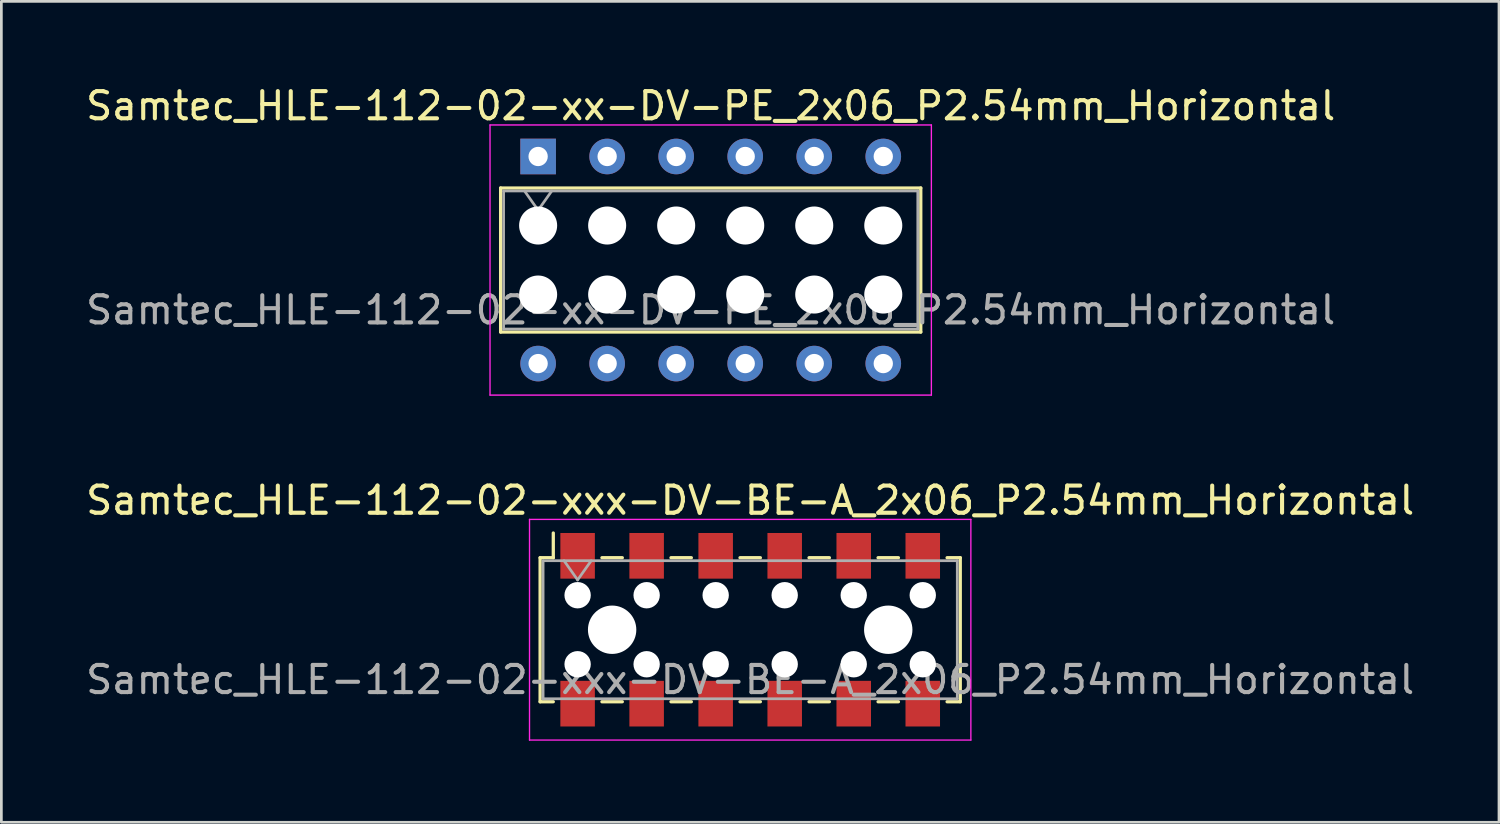
<source format=kicad_pcb>
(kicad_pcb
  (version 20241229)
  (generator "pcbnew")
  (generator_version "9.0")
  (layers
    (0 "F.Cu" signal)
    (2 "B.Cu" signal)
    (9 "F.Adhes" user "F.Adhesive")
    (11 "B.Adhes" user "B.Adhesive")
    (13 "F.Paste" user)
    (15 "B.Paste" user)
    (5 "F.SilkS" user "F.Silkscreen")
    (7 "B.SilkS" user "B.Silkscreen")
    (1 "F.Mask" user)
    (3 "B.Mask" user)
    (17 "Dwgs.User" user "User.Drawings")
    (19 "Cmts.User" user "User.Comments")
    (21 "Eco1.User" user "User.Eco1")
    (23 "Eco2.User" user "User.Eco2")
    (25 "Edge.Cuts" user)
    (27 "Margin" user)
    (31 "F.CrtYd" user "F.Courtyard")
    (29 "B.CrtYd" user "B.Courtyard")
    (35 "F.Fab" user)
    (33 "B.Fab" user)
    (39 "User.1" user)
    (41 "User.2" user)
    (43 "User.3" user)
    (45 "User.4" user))
  (footprint "Samtec_HLE-112-02-xxx-DV-BE-A_2x06_P2.54mm_Horizontal"
    (layer "F.Cu")
    (at 24.554 20.122)
    (property "Reference" "Samtec_HLE-112-02-xxx-DV-BE-A_2x06_P2.54mm_Horizontal" (at 0 -4.76 0) (layer "F.SilkS") (effects (font (size 1 1) (thickness 0.15))))
    (attr smd)
    (fp_line (start -7.73 -2.65) (end -7.73 2.65) (stroke (width 0.12) (type solid)) (layer "F.SilkS"))
    (fp_line (start -7.73 2.65) (end -7.245 2.65) (stroke (width 0.12) (type solid)) (layer "F.SilkS"))
    (fp_line (start -7.245 -3.56) (end -7.245 -2.65) (stroke (width 0.12) (type solid)) (layer "F.SilkS"))
    (fp_line (start -7.245 -2.65) (end -7.73 -2.65) (stroke (width 0.12) (type solid)) (layer "F.SilkS"))
    (fp_line (start -5.455 -2.65) (end -4.705 -2.65) (stroke (width 0.12) (type solid)) (layer "F.SilkS"))
    (fp_line (start -5.455 2.65) (end -4.705 2.65) (stroke (width 0.12) (type solid)) (layer "F.SilkS"))
    (fp_line (start -2.915 -2.65) (end -2.165 -2.65) (stroke (width 0.12) (type solid)) (layer "F.SilkS"))
    (fp_line (start -2.915 2.65) (end -2.165 2.65) (stroke (width 0.12) (type solid)) (layer "F.SilkS"))
    (fp_line (start -0.375 -2.65) (end 0.375 -2.65) (stroke (width 0.12) (type solid)) (layer "F.SilkS"))
    (fp_line (start -0.375 2.65) (end 0.375 2.65) (stroke (width 0.12) (type solid)) (layer "F.SilkS"))
    (fp_line (start 2.165 -2.65) (end 2.915 -2.65) (stroke (width 0.12) (type solid)) (layer "F.SilkS"))
    (fp_line (start 2.165 2.65) (end 2.915 2.65) (stroke (width 0.12) (type solid)) (layer "F.SilkS"))
    (fp_line (start 4.705 -2.65) (end 5.455 -2.65) (stroke (width 0.12) (type solid)) (layer "F.SilkS"))
    (fp_line (start 4.705 2.65) (end 5.455 2.65) (stroke (width 0.12) (type solid)) (layer "F.SilkS"))
    (fp_line (start 7.245 -2.65) (end 7.73 -2.65) (stroke (width 0.12) (type solid)) (layer "F.SilkS"))
    (fp_line (start 7.73 -2.65) (end 7.73 2.65) (stroke (width 0.12) (type solid)) (layer "F.SilkS"))
    (fp_line (start 7.73 2.65) (end 7.245 2.65) (stroke (width 0.12) (type solid)) (layer "F.SilkS"))
    (fp_line (start -8.12 -4.06) (end 8.12 -4.06) (stroke (width 0.05) (type solid)) (layer "F.CrtYd"))
    (fp_line (start -8.12 4.06) (end -8.12 -4.06) (stroke (width 0.05) (type solid)) (layer "F.CrtYd"))
    (fp_line (start 8.12 -4.06) (end 8.12 4.06) (stroke (width 0.05) (type solid)) (layer "F.CrtYd"))
    (fp_line (start 8.12 4.06) (end -8.12 4.06) (stroke (width 0.05) (type solid)) (layer "F.CrtYd"))
    (fp_line (start -7.62 -2.54) (end 7.62 -2.54) (stroke (width 0.1) (type solid)) (layer "F.Fab"))
    (fp_line (start -7.62 2.54) (end -7.62 -2.54) (stroke (width 0.1) (type solid)) (layer "F.Fab"))
    (fp_line (start -6.85 -2.54) (end -6.35 -1.833) (stroke (width 0.1) (type solid)) (layer "F.Fab"))
    (fp_line (start -6.35 -1.833) (end -5.85 -2.54) (stroke (width 0.1) (type solid)) (layer "F.Fab"))
    (fp_line (start 7.62 -2.54) (end 7.62 2.54) (stroke (width 0.1) (type solid)) (layer "F.Fab"))
    (fp_line (start 7.62 2.54) (end -7.62 2.54) (stroke (width 0.1) (type solid)) (layer "F.Fab"))
    (fp_text user "${REFERENCE}" (at 0 1.84 0) (layer "F.Fab") (effects (font (size 1 1) (thickness 0.15))))
    (pad "" np_thru_hole circle (at -6.35 -1.27) (size 0.97 0.97) (drill 0.97) (layers "*.Cu" "*.Mask"))
    (pad "" np_thru_hole circle (at -6.35 1.27) (size 0.97 0.97) (drill 0.97) (layers "*.Cu" "*.Mask"))
    (pad "" np_thru_hole circle (at -5.08 0) (size 1.78 1.78) (drill 1.78) (layers "*.Cu" "*.Mask"))
    (pad "" np_thru_hole circle (at -3.81 -1.27) (size 0.97 0.97) (drill 0.97) (layers "*.Cu" "*.Mask"))
    (pad "" np_thru_hole circle (at -3.81 1.27) (size 0.97 0.97) (drill 0.97) (layers "*.Cu" "*.Mask"))
    (pad "" np_thru_hole circle (at -1.27 -1.27) (size 0.97 0.97) (drill 0.97) (layers "*.Cu" "*.Mask"))
    (pad "" np_thru_hole circle (at -1.27 1.27) (size 0.97 0.97) (drill 0.97) (layers "*.Cu" "*.Mask"))
    (pad "" np_thru_hole circle (at 1.27 -1.27) (size 0.97 0.97) (drill 0.97) (layers "*.Cu" "*.Mask"))
    (pad "" np_thru_hole circle (at 1.27 1.27) (size 0.97 0.97) (drill 0.97) (layers "*.Cu" "*.Mask"))
    (pad "" np_thru_hole circle (at 3.81 -1.27) (size 0.97 0.97) (drill 0.97) (layers "*.Cu" "*.Mask"))
    (pad "" np_thru_hole circle (at 3.81 1.27) (size 0.97 0.97) (drill 0.97) (layers "*.Cu" "*.Mask"))
    (pad "" np_thru_hole circle (at 5.08 0) (size 1.78 1.78) (drill 1.78) (layers "*.Cu" "*.Mask"))
    (pad "" np_thru_hole circle (at 6.35 -1.27) (size 0.97 0.97) (drill 0.97) (layers "*.Cu" "*.Mask"))
    (pad "" np_thru_hole circle (at 6.35 1.27) (size 0.97 0.97) (drill 0.97) (layers "*.Cu" "*.Mask"))
    (pad "1" smd rect (at -6.35 -2.72) (size 1.27 1.68) (layers "F.Cu" "F.Mask" "F.Paste"))
    (pad "2" smd rect (at -6.35 2.72) (size 1.27 1.68) (layers "F.Cu" "F.Mask" "F.Paste"))
    (pad "3" smd rect (at -3.81 -2.72) (size 1.27 1.68) (layers "F.Cu" "F.Mask" "F.Paste"))
    (pad "4" smd rect (at -3.81 2.72) (size 1.27 1.68) (layers "F.Cu" "F.Mask" "F.Paste"))
    (pad "5" smd rect (at -1.27 -2.72) (size 1.27 1.68) (layers "F.Cu" "F.Mask" "F.Paste"))
    (pad "6" smd rect (at -1.27 2.72) (size 1.27 1.68) (layers "F.Cu" "F.Mask" "F.Paste"))
    (pad "7" smd rect (at 1.27 -2.72) (size 1.27 1.68) (layers "F.Cu" "F.Mask" "F.Paste"))
    (pad "8" smd rect (at 1.27 2.72) (size 1.27 1.68) (layers "F.Cu" "F.Mask" "F.Paste"))
    (pad "9" smd rect (at 3.81 -2.72) (size 1.27 1.68) (layers "F.Cu" "F.Mask" "F.Paste"))
    (pad "10" smd rect (at 3.81 2.72) (size 1.27 1.68) (layers "F.Cu" "F.Mask" "F.Paste"))
    (pad "11" smd rect (at 6.35 -2.72) (size 1.27 1.68) (layers "F.Cu" "F.Mask" "F.Paste"))
    (pad "12" smd rect (at 6.35 2.72) (size 1.27 1.68) (layers "F.Cu" "F.Mask" "F.Paste")))
  (footprint "Samtec_HLE-112-02-xx-DV-PE_2x06_P2.54mm_Horizontal"
    (layer "F.Cu")
    (at 16.751 2.708)
    (property "Reference" "Samtec_HLE-112-02-xx-DV-PE_2x06_P2.54mm_Horizontal" (at 6.35 -1.86 0) (layer "F.SilkS") (effects (font (size 1 1) (thickness 0.15))))
    (attr through_hole)
    (fp_line (start -1.38 1.16) (end 14.08 1.16) (stroke (width 0.12) (type solid)) (layer "F.SilkS"))
    (fp_line (start -1.38 6.46) (end -1.38 1.16) (stroke (width 0.12) (type solid)) (layer "F.SilkS"))
    (fp_line (start 14.08 1.16) (end 14.08 6.46) (stroke (width 0.12) (type solid)) (layer "F.SilkS"))
    (fp_line (start 14.08 6.46) (end -1.38 6.46) (stroke (width 0.12) (type solid)) (layer "F.SilkS"))
    (fp_line (start -1.77 -1.16) (end 14.47 -1.16) (stroke (width 0.05) (type solid)) (layer "F.CrtYd"))
    (fp_line (start -1.77 8.78) (end -1.77 -1.16) (stroke (width 0.05) (type solid)) (layer "F.CrtYd"))
    (fp_line (start 14.47 -1.16) (end 14.47 8.78) (stroke (width 0.05) (type solid)) (layer "F.CrtYd"))
    (fp_line (start 14.47 8.78) (end -1.77 8.78) (stroke (width 0.05) (type solid)) (layer "F.CrtYd"))
    (fp_line (start -1.27 1.27) (end 13.97 1.27) (stroke (width 0.1) (type solid)) (layer "F.Fab"))
    (fp_line (start -1.27 6.35) (end -1.27 1.27) (stroke (width 0.1) (type solid)) (layer "F.Fab"))
    (fp_line (start -0.5 1.27) (end 0 1.977) (stroke (width 0.1) (type solid)) (layer "F.Fab"))
    (fp_line (start 0 1.977) (end 0.5 1.27) (stroke (width 0.1) (type solid)) (layer "F.Fab"))
    (fp_line (start 13.97 1.27) (end 13.97 6.35) (stroke (width 0.1) (type solid)) (layer "F.Fab"))
    (fp_line (start 13.97 6.35) (end -1.27 6.35) (stroke (width 0.1) (type solid)) (layer "F.Fab"))
    (fp_text user "${REFERENCE}" (at 6.35 5.65 0) (layer "F.Fab") (effects (font (size 1 1) (thickness 0.15))))
    (pad "" np_thru_hole circle (at 0 2.54) (size 1.4 1.4) (drill 1.4) (layers "*.Cu" "*.Mask"))
    (pad "" np_thru_hole circle (at 0 5.08) (size 1.4 1.4) (drill 1.4) (layers "*.Cu" "*.Mask"))
    (pad "" np_thru_hole circle (at 2.54 2.54) (size 1.4 1.4) (drill 1.4) (layers "*.Cu" "*.Mask"))
    (pad "" np_thru_hole circle (at 2.54 5.08) (size 1.4 1.4) (drill 1.4) (layers "*.Cu" "*.Mask"))
    (pad "" np_thru_hole circle (at 5.08 2.54) (size 1.4 1.4) (drill 1.4) (layers "*.Cu" "*.Mask"))
    (pad "" np_thru_hole circle (at 5.08 5.08) (size 1.4 1.4) (drill 1.4) (layers "*.Cu" "*.Mask"))
    (pad "" np_thru_hole circle (at 7.62 2.54) (size 1.4 1.4) (drill 1.4) (layers "*.Cu" "*.Mask"))
    (pad "" np_thru_hole circle (at 7.62 5.08) (size 1.4 1.4) (drill 1.4) (layers "*.Cu" "*.Mask"))
    (pad "" np_thru_hole circle (at 10.16 2.54) (size 1.4 1.4) (drill 1.4) (layers "*.Cu" "*.Mask"))
    (pad "" np_thru_hole circle (at 10.16 5.08) (size 1.4 1.4) (drill 1.4) (layers "*.Cu" "*.Mask"))
    (pad "" np_thru_hole circle (at 12.7 2.54) (size 1.4 1.4) (drill 1.4) (layers "*.Cu" "*.Mask"))
    (pad "" np_thru_hole circle (at 12.7 5.08) (size 1.4 1.4) (drill 1.4) (layers "*.Cu" "*.Mask"))
    (pad "1" thru_hole rect (at 0 0) (size 1.31 1.31) (drill 0.71) (layers "*.Cu" "*.Mask"))
    (pad "2" thru_hole circle (at 0 7.62) (size 1.31 1.31) (drill 0.71) (layers "*.Cu" "*.Mask"))
    (pad "3" thru_hole circle (at 2.54 0) (size 1.31 1.31) (drill 0.71) (layers "*.Cu" "*.Mask"))
    (pad "4" thru_hole circle (at 2.54 7.62) (size 1.31 1.31) (drill 0.71) (layers "*.Cu" "*.Mask"))
    (pad "5" thru_hole circle (at 5.08 0) (size 1.31 1.31) (drill 0.71) (layers "*.Cu" "*.Mask"))
    (pad "6" thru_hole circle (at 5.08 7.62) (size 1.31 1.31) (drill 0.71) (layers "*.Cu" "*.Mask"))
    (pad "7" thru_hole circle (at 7.62 0) (size 1.31 1.31) (drill 0.71) (layers "*.Cu" "*.Mask"))
    (pad "8" thru_hole circle (at 7.62 7.62) (size 1.31 1.31) (drill 0.71) (layers "*.Cu" "*.Mask"))
    (pad "9" thru_hole circle (at 10.16 0) (size 1.31 1.31) (drill 0.71) (layers "*.Cu" "*.Mask"))
    (pad "10" thru_hole circle (at 10.16 7.62) (size 1.31 1.31) (drill 0.71) (layers "*.Cu" "*.Mask"))
    (pad "11" thru_hole circle (at 12.7 0) (size 1.31 1.31) (drill 0.71) (layers "*.Cu" "*.Mask"))
    (pad "12" thru_hole circle (at 12.7 7.62) (size 1.31 1.31) (drill 0.71) (layers "*.Cu" "*.Mask")))
  (gr_rect
    (start -3 -3)
    (end 52.107 27.206)
    (stroke (width 0.1) (type default))
    (fill no)
    (layer "Edge.Cuts")))
</source>
